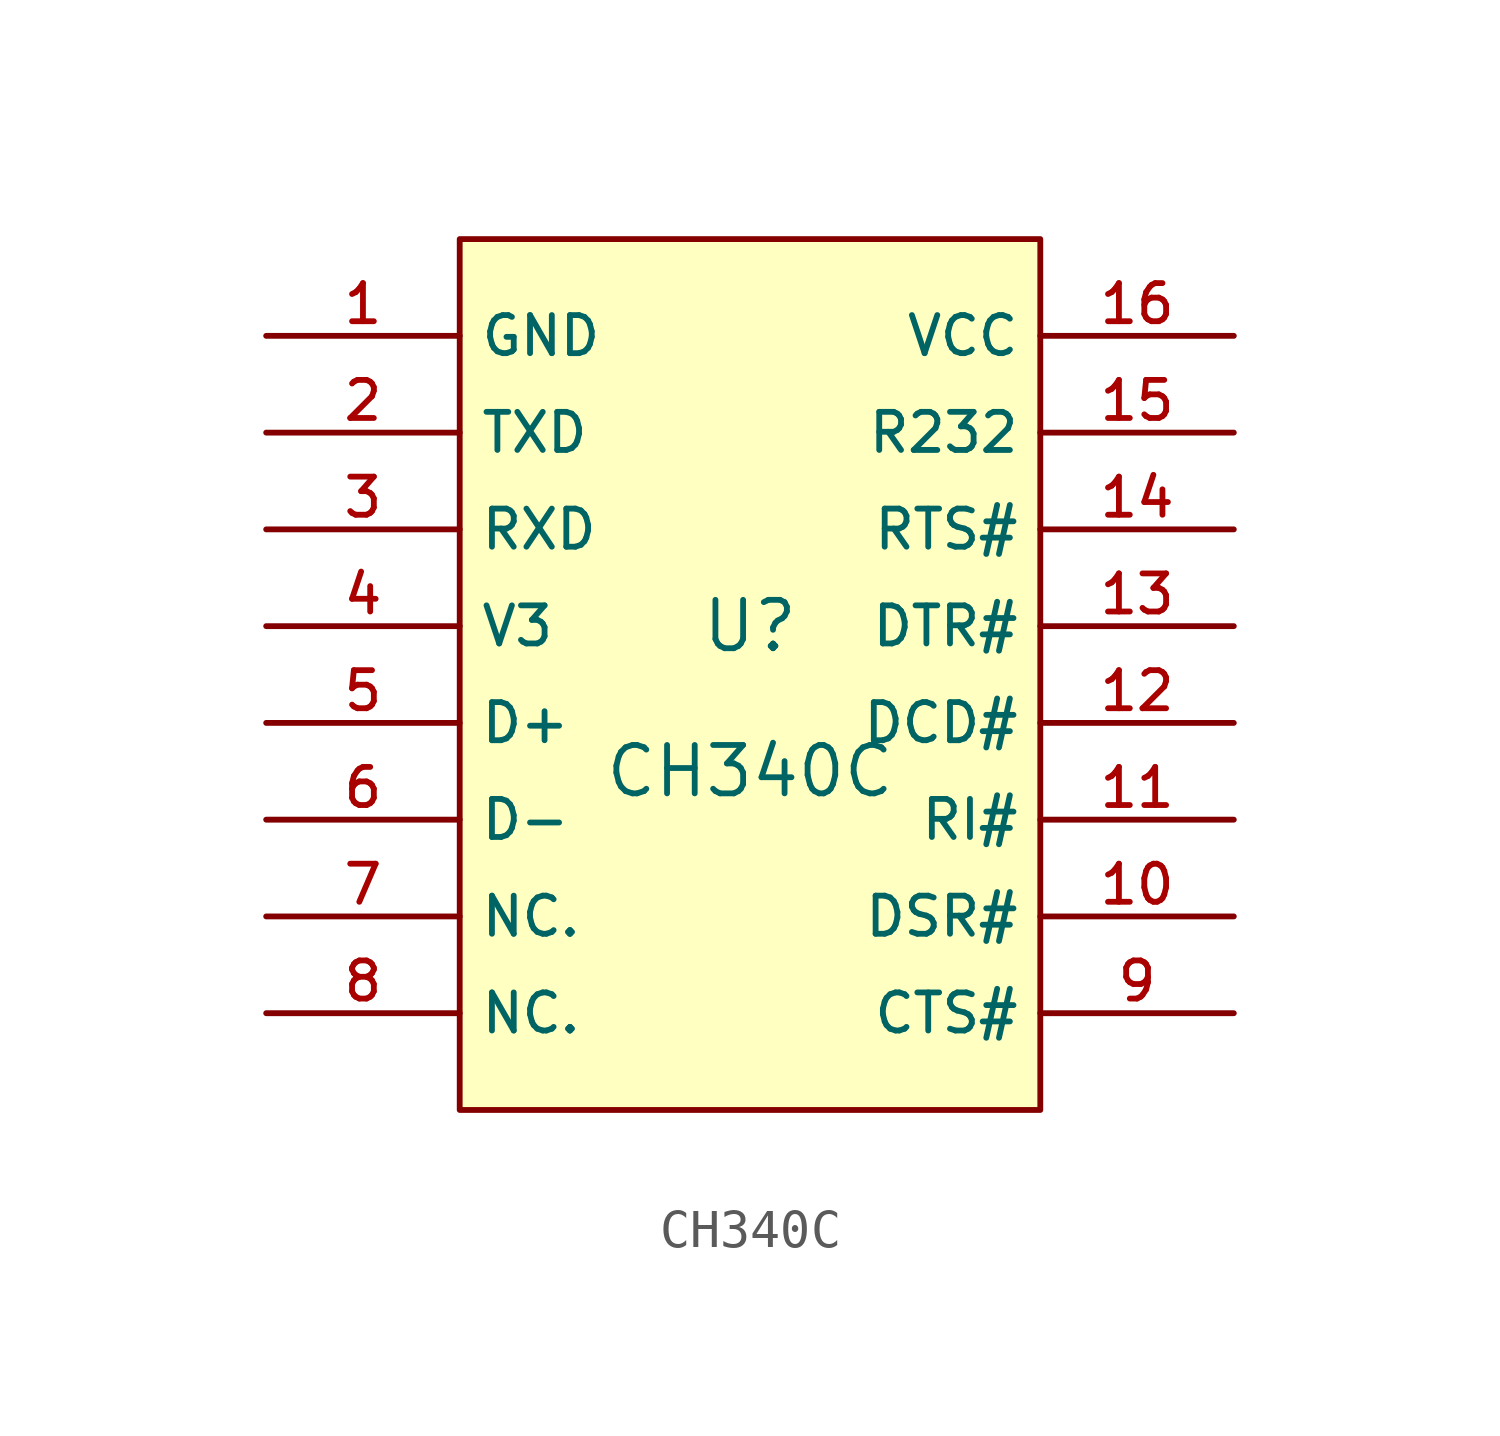
<source format=kicad_sym>
(kicad_symbol_lib
  (version 20210201)
  (generator TousstNicolas/JLC2KiCad_lib)
  (symbol "CH340C"
    (property "Reference" "U"
      (at 0 1.27 0)
      (effects (font (size 1.27 1.27))))
    (property "Value" "CH340C"
      (at 0 -2.54 0)
      (effects (font (size 1.27 1.27))))
    (symbol "CH340C_0_1"
      (pin unspecified line (at 12.7 8.89 180) (length 5.08) (name "VCC" (effects (font (size 1 1)))) (number "16" (effects (font (size 1 1)))))
      (pin unspecified line (at 12.7 6.35 180) (length 5.08) (name "R232" (effects (font (size 1 1)))) (number "15" (effects (font (size 1 1)))))
      (pin unspecified line (at 12.7 3.81 180) (length 5.08) (name "RTS#" (effects (font (size 1 1)))) (number "14" (effects (font (size 1 1)))))
      (pin unspecified line (at 12.7 1.27 180) (length 5.08) (name "DTR#" (effects (font (size 1 1)))) (number "13" (effects (font (size 1 1)))))
      (pin unspecified line (at 12.7 -1.27 180) (length 5.08) (name "DCD#" (effects (font (size 1 1)))) (number "12" (effects (font (size 1 1)))))
      (pin unspecified line (at 12.7 -3.81 180) (length 5.08) (name "RI#" (effects (font (size 1 1)))) (number "11" (effects (font (size 1 1)))))
      (pin unspecified line (at 12.7 -6.35 180) (length 5.08) (name "DSR#" (effects (font (size 1 1)))) (number "10" (effects (font (size 1 1)))))
      (pin unspecified line (at 12.7 -8.89 180) (length 5.08) (name "CTS#" (effects (font (size 1 1)))) (number "9" (effects (font (size 1 1)))))
      (pin unspecified line (at -12.7 -8.89 0) (length 5.08) (name "NC." (effects (font (size 1 1)))) (number "8" (effects (font (size 1 1)))))
      (rectangle (start -7.62 11.43) (end 7.62 -11.43) (stroke (width 0) (type default) (color 0 0 0 0)) (fill (type background)))
      (pin unspecified line (at -12.7 -6.35 0) (length 5.08) (name "NC." (effects (font (size 1 1)))) (number "7" (effects (font (size 1 1)))))
      (pin unspecified line (at -12.7 -3.81 0) (length 5.08) (name "D-" (effects (font (size 1 1)))) (number "6" (effects (font (size 1 1)))))
      (pin unspecified line (at -12.7 -1.27 0) (length 5.08) (name "D+" (effects (font (size 1 1)))) (number "5" (effects (font (size 1 1)))))
      (pin unspecified line (at -12.7 1.27 0) (length 5.08) (name "V3" (effects (font (size 1 1)))) (number "4" (effects (font (size 1 1)))))
      (pin unspecified line (at -12.7 3.81 0) (length 5.08) (name "RXD" (effects (font (size 1 1)))) (number "3" (effects (font (size 1 1)))))
      (pin unspecified line (at -12.7 6.35 0) (length 5.08) (name "TXD" (effects (font (size 1 1)))) (number "2" (effects (font (size 1 1)))))
      (pin unspecified line (at -12.7 8.89 0) (length 5.08) (name "GND" (effects (font (size 1 1)))) (number "1" (effects (font (size 1 1))))))))
</source>
